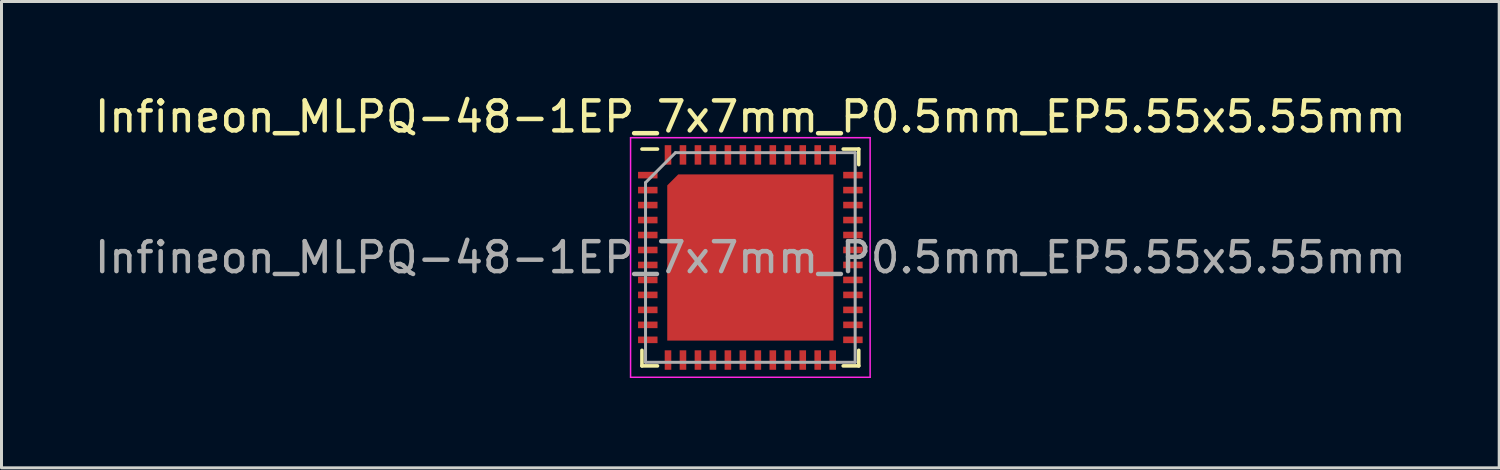
<source format=kicad_pcb>
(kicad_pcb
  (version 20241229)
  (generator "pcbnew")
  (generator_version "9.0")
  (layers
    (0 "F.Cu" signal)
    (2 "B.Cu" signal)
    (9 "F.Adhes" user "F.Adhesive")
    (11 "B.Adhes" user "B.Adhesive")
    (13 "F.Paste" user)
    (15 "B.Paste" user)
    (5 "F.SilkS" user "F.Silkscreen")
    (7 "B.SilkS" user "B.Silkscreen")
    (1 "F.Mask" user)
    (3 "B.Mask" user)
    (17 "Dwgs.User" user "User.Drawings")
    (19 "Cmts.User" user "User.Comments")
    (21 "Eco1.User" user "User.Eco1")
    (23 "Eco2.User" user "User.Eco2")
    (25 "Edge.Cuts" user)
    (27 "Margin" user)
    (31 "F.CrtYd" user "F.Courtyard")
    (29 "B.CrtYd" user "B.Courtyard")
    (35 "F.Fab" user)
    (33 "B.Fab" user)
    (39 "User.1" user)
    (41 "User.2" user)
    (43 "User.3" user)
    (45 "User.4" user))
  (footprint "Infineon_MLPQ-48-1EP_7x7mm_P0.5mm_EP5.55x5.55mm"
    (layer "F.Cu")
    (at 22.006 5.548)
    (property "Reference" "Infineon_MLPQ-48-1EP_7x7mm_P0.5mm_EP5.55x5.55mm" (at 0 -4.7 0) (layer "F.SilkS") (effects (font (size 1 1) (thickness 0.15))))
    (attr smd)
    (fp_line (start -3.62 -3.62) (end -3.1 -3.62) (stroke (width 0.12) (type solid)) (layer "F.SilkS"))
    (fp_line (start -3.62 3.62) (end -3.62 3.1) (stroke (width 0.12) (type solid)) (layer "F.SilkS"))
    (fp_line (start -3.1 3.62) (end -3.62 3.62) (stroke (width 0.12) (type solid)) (layer "F.SilkS"))
    (fp_line (start 3.1 -3.62) (end 3.62 -3.62) (stroke (width 0.12) (type solid)) (layer "F.SilkS"))
    (fp_line (start 3.1 3.62) (end 3.62 3.62) (stroke (width 0.12) (type solid)) (layer "F.SilkS"))
    (fp_line (start 3.62 -3.1) (end 3.62 -3.62) (stroke (width 0.12) (type solid)) (layer "F.SilkS"))
    (fp_line (start 3.62 3.62) (end 3.62 3.1) (stroke (width 0.12) (type solid)) (layer "F.SilkS"))
    (fp_line (start -4 -4) (end -4 4) (stroke (width 0.05) (type solid)) (layer "F.CrtYd"))
    (fp_line (start -4 4) (end 4 4) (stroke (width 0.05) (type solid)) (layer "F.CrtYd"))
    (fp_line (start 4 -4) (end -4 -4) (stroke (width 0.05) (type solid)) (layer "F.CrtYd"))
    (fp_line (start 4 4) (end 4 -4) (stroke (width 0.05) (type solid)) (layer "F.CrtYd"))
    (fp_line (start -3.5 3.5) (end -3.5 -2.5) (stroke (width 0.1) (type solid)) (layer "F.Fab"))
    (fp_line (start -2.5 -3.5) (end -3.5 -2.5) (stroke (width 0.1) (type solid)) (layer "F.Fab"))
    (fp_line (start 3.5 -3.5) (end -2.5 -3.5) (stroke (width 0.1) (type solid)) (layer "F.Fab"))
    (fp_line (start 3.5 -3.5) (end 3.5 3.5) (stroke (width 0.1) (type solid)) (layer "F.Fab"))
    (fp_line (start 3.5 3.5) (end -3.5 3.5) (stroke (width 0.1) (type solid)) (layer "F.Fab"))
    (fp_text user "${REFERENCE}" (at 0 0 0) (layer "F.Fab") (effects (font (size 1 1) (thickness 0.15))))
    (pad "" smd rect (at -3.425 -2.75) (size 0.55 0.22) (layers "F.Paste"))
    (pad "" smd rect (at -3.425 -2.25) (size 0.55 0.22) (layers "F.Paste"))
    (pad "" smd rect (at -3.425 -1.75) (size 0.55 0.22) (layers "F.Paste"))
    (pad "" smd rect (at -3.425 -1.25) (size 0.55 0.22) (layers "F.Paste"))
    (pad "" smd rect (at -3.425 -0.75) (size 0.55 0.22) (layers "F.Paste"))
    (pad "" smd rect (at -3.425 -0.25) (size 0.55 0.22) (layers "F.Paste"))
    (pad "" smd rect (at -3.425 0.25) (size 0.55 0.22) (layers "F.Paste"))
    (pad "" smd rect (at -3.425 0.75) (size 0.55 0.22) (layers "F.Paste"))
    (pad "" smd rect (at -3.425 1.25) (size 0.55 0.22) (layers "F.Paste"))
    (pad "" smd rect (at -3.425 1.75) (size 0.55 0.22) (layers "F.Paste"))
    (pad "" smd rect (at -3.425 2.25) (size 0.55 0.22) (layers "F.Paste"))
    (pad "" smd rect (at -3.425 2.75) (size 0.55 0.22) (layers "F.Paste"))
    (pad "" smd rect (at -2.75 -3.425) (size 0.22 0.55) (layers "F.Paste"))
    (pad "" smd rect (at -2.75 3.425) (size 0.22 0.55) (layers "F.Paste"))
    (pad "" smd rect (at -2.386 -2.386 45) (size 0.479 0.479) (layers "F.Paste"))
    (pad "" smd rect (at -2.25 -3.425) (size 0.22 0.55) (layers "F.Paste"))
    (pad "" smd rect (at -2.25 3.425) (size 0.22 0.55) (layers "F.Paste"))
    (pad "" smd rect (at -2.175 -2.006) (size 1.1 0.761) (layers "F.Paste"))
    (pad "" smd rect (at -2.175 -0.725) (size 1.1 1.1) (layers "F.Paste"))
    (pad "" smd rect (at -2.175 0.725) (size 1.1 1.1) (layers "F.Paste"))
    (pad "" smd rect (at -2.175 2.175) (size 1.1 1.1) (layers "F.Paste"))
    (pad "" smd rect (at -2.006 -2.555) (size 0.761 0.339) (layers "F.Paste"))
    (pad "" smd rect (at -1.75 -3.425) (size 0.22 0.55) (layers "F.Paste"))
    (pad "" smd rect (at -1.75 3.425) (size 0.22 0.55) (layers "F.Paste"))
    (pad "" smd rect (at -1.25 -3.425) (size 0.22 0.55) (layers "F.Paste"))
    (pad "" smd rect (at -1.25 3.425) (size 0.22 0.55) (layers "F.Paste"))
    (pad "" smd rect (at -0.75 -3.425) (size 0.22 0.55) (layers "F.Paste"))
    (pad "" smd rect (at -0.75 3.425) (size 0.22 0.55) (layers "F.Paste"))
    (pad "" smd rect (at -0.725 -2.175) (size 1.1 1.1) (layers "F.Paste"))
    (pad "" smd rect (at -0.725 -0.725) (size 1.1 1.1) (layers "F.Paste"))
    (pad "" smd rect (at -0.725 0.725) (size 1.1 1.1) (layers "F.Paste"))
    (pad "" smd rect (at -0.725 2.175) (size 1.1 1.1) (layers "F.Paste"))
    (pad "" smd rect (at -0.25 -3.425) (size 0.22 0.55) (layers "F.Paste"))
    (pad "" smd rect (at -0.25 3.425) (size 0.22 0.55) (layers "F.Paste"))
    (pad "" smd rect (at 0.25 -3.425) (size 0.22 0.55) (layers "F.Paste"))
    (pad "" smd rect (at 0.25 3.425) (size 0.22 0.55) (layers "F.Paste"))
    (pad "" smd rect (at 0.725 -2.175) (size 1.1 1.1) (layers "F.Paste"))
    (pad "" smd rect (at 0.725 -0.725) (size 1.1 1.1) (layers "F.Paste"))
    (pad "" smd rect (at 0.725 0.725) (size 1.1 1.1) (layers "F.Paste"))
    (pad "" smd rect (at 0.725 2.175) (size 1.1 1.1) (layers "F.Paste"))
    (pad "" smd rect (at 0.75 -3.425) (size 0.22 0.55) (layers "F.Paste"))
    (pad "" smd rect (at 0.75 3.425) (size 0.22 0.55) (layers "F.Paste"))
    (pad "" smd rect (at 1.25 -3.425) (size 0.22 0.55) (layers "F.Paste"))
    (pad "" smd rect (at 1.25 3.425) (size 0.22 0.55) (layers "F.Paste"))
    (pad "" smd rect (at 1.75 -3.425) (size 0.22 0.55) (layers "F.Paste"))
    (pad "" smd rect (at 1.75 3.425) (size 0.22 0.55) (layers "F.Paste"))
    (pad "" smd rect (at 2.175 -2.175) (size 1.1 1.1) (layers "F.Paste"))
    (pad "" smd rect (at 2.175 -0.725) (size 1.1 1.1) (layers "F.Paste"))
    (pad "" smd rect (at 2.175 0.725) (size 1.1 1.1) (layers "F.Paste"))
    (pad "" smd rect (at 2.175 2.175) (size 1.1 1.1) (layers "F.Paste"))
    (pad "" smd rect (at 2.25 -3.425) (size 0.22 0.55) (layers "F.Paste"))
    (pad "" smd rect (at 2.25 3.425) (size 0.22 0.55) (layers "F.Paste"))
    (pad "" smd rect (at 2.75 -3.425) (size 0.22 0.55) (layers "F.Paste"))
    (pad "" smd rect (at 2.75 3.425) (size 0.22 0.55) (layers "F.Paste"))
    (pad "" smd rect (at 3.425 -2.75) (size 0.55 0.22) (layers "F.Paste"))
    (pad "" smd rect (at 3.425 -2.25) (size 0.55 0.22) (layers "F.Paste"))
    (pad "" smd rect (at 3.425 -1.75) (size 0.55 0.22) (layers "F.Paste"))
    (pad "" smd rect (at 3.425 -1.25) (size 0.55 0.22) (layers "F.Paste"))
    (pad "" smd rect (at 3.425 -0.75) (size 0.55 0.22) (layers "F.Paste"))
    (pad "" smd rect (at 3.425 -0.25) (size 0.55 0.22) (layers "F.Paste"))
    (pad "" smd rect (at 3.425 0.25) (size 0.55 0.22) (layers "F.Paste"))
    (pad "" smd rect (at 3.425 0.75) (size 0.55 0.22) (layers "F.Paste"))
    (pad "" smd rect (at 3.425 1.25) (size 0.55 0.22) (layers "F.Paste"))
    (pad "" smd rect (at 3.425 1.75) (size 0.55 0.22) (layers "F.Paste"))
    (pad "" smd rect (at 3.425 2.25) (size 0.55 0.22) (layers "F.Paste"))
    (pad "" smd rect (at 3.425 2.75) (size 0.55 0.22) (layers "F.Paste"))
    (pad "1" smd rect (at -3.425 -2.75) (size 0.65 0.22) (layers "F.Cu" "F.Mask"))
    (pad "2" smd rect (at -3.425 -2.25) (size 0.65 0.22) (layers "F.Cu" "F.Mask"))
    (pad "3" smd rect (at -3.425 -1.75) (size 0.65 0.22) (layers "F.Cu" "F.Mask"))
    (pad "4" smd rect (at -3.425 -1.25) (size 0.65 0.22) (layers "F.Cu" "F.Mask"))
    (pad "5" smd rect (at -3.425 -0.75) (size 0.65 0.22) (layers "F.Cu" "F.Mask"))
    (pad "6" smd rect (at -3.425 -0.25) (size 0.65 0.22) (layers "F.Cu" "F.Mask"))
    (pad "7" smd rect (at -3.425 0.25) (size 0.65 0.22) (layers "F.Cu" "F.Mask"))
    (pad "8" smd rect (at -3.425 0.75) (size 0.65 0.22) (layers "F.Cu" "F.Mask"))
    (pad "9" smd rect (at -3.425 1.25) (size 0.65 0.22) (layers "F.Cu" "F.Mask"))
    (pad "10" smd rect (at -3.425 1.75) (size 0.65 0.22) (layers "F.Cu" "F.Mask"))
    (pad "11" smd rect (at -3.425 2.25) (size 0.65 0.22) (layers "F.Cu" "F.Mask"))
    (pad "12" smd rect (at -3.425 2.75) (size 0.65 0.22) (layers "F.Cu" "F.Mask"))
    (pad "13" smd rect (at -2.75 3.425) (size 0.22 0.65) (layers "F.Cu" "F.Mask"))
    (pad "14" smd rect (at -2.25 3.425) (size 0.22 0.65) (layers "F.Cu" "F.Mask"))
    (pad "15" smd rect (at -1.75 3.425) (size 0.22 0.65) (layers "F.Cu" "F.Mask"))
    (pad "16" smd rect (at -1.25 3.425) (size 0.22 0.65) (layers "F.Cu" "F.Mask"))
    (pad "17" smd rect (at -0.75 3.425) (size 0.22 0.65) (layers "F.Cu" "F.Mask"))
    (pad "18" smd rect (at -0.25 3.425) (size 0.22 0.65) (layers "F.Cu" "F.Mask"))
    (pad "19" smd rect (at 0.25 3.425) (size 0.22 0.65) (layers "F.Cu" "F.Mask"))
    (pad "20" smd rect (at 0.75 3.425) (size 0.22 0.65) (layers "F.Cu" "F.Mask"))
    (pad "21" smd rect (at 1.25 3.425) (size 0.22 0.65) (layers "F.Cu" "F.Mask"))
    (pad "22" smd rect (at 1.75 3.425) (size 0.22 0.65) (layers "F.Cu" "F.Mask"))
    (pad "23" smd rect (at 2.25 3.425) (size 0.22 0.65) (layers "F.Cu" "F.Mask"))
    (pad "24" smd rect (at 2.75 3.425) (size 0.22 0.65) (layers "F.Cu" "F.Mask"))
    (pad "25" smd rect (at 3.425 2.75) (size 0.65 0.22) (layers "F.Cu" "F.Mask"))
    (pad "26" smd rect (at 3.425 2.25) (size 0.65 0.22) (layers "F.Cu" "F.Mask"))
    (pad "27" smd rect (at 3.425 1.75) (size 0.65 0.22) (layers "F.Cu" "F.Mask"))
    (pad "28" smd rect (at 3.425 1.25) (size 0.65 0.22) (layers "F.Cu" "F.Mask"))
    (pad "29" smd rect (at 3.425 0.75) (size 0.65 0.22) (layers "F.Cu" "F.Mask"))
    (pad "30" smd rect (at 3.425 0.25) (size 0.65 0.22) (layers "F.Cu" "F.Mask"))
    (pad "31" smd rect (at 3.425 -0.25) (size 0.65 0.22) (layers "F.Cu" "F.Mask"))
    (pad "32" smd rect (at 3.425 -0.75) (size 0.65 0.22) (layers "F.Cu" "F.Mask"))
    (pad "33" smd rect (at 3.425 -1.25) (size 0.65 0.22) (layers "F.Cu" "F.Mask"))
    (pad "34" smd rect (at 3.425 -1.75) (size 0.65 0.22) (layers "F.Cu" "F.Mask"))
    (pad "35" smd rect (at 3.425 -2.25) (size 0.65 0.22) (layers "F.Cu" "F.Mask"))
    (pad "36" smd rect (at 3.425 -2.75) (size 0.65 0.22) (layers "F.Cu" "F.Mask"))
    (pad "37" smd rect (at 2.75 -3.425) (size 0.22 0.65) (layers "F.Cu" "F.Mask"))
    (pad "38" smd rect (at 2.25 -3.425) (size 0.22 0.65) (layers "F.Cu" "F.Mask"))
    (pad "39" smd rect (at 1.75 -3.425) (size 0.22 0.65) (layers "F.Cu" "F.Mask"))
    (pad "40" smd rect (at 1.25 -3.425) (size 0.22 0.65) (layers "F.Cu" "F.Mask"))
    (pad "41" smd rect (at 0.75 -3.425) (size 0.22 0.65) (layers "F.Cu" "F.Mask"))
    (pad "42" smd rect (at 0.25 -3.425) (size 0.22 0.65) (layers "F.Cu" "F.Mask"))
    (pad "43" smd rect (at -0.25 -3.425) (size 0.22 0.65) (layers "F.Cu" "F.Mask"))
    (pad "44" smd rect (at -0.75 -3.425) (size 0.22 0.65) (layers "F.Cu" "F.Mask"))
    (pad "45" smd rect (at -1.25 -3.425) (size 0.22 0.65) (layers "F.Cu" "F.Mask"))
    (pad "46" smd rect (at -1.75 -3.425) (size 0.22 0.65) (layers "F.Cu" "F.Mask"))
    (pad "47" smd rect (at -2.25 -3.425) (size 0.22 0.65) (layers "F.Cu" "F.Mask"))
    (pad "48" smd rect (at -2.75 -3.425) (size 0.22 0.65) (layers "F.Cu" "F.Mask"))
    (pad "49" smd custom (at 0 0.184) (size 5.55 5.182) (layers "F.Cu" "F.Mask") (options (anchor rect)) (primitives (gr_poly (pts (xy -2.775 -2.591) (xy -2.407 -2.959) (xy -2.407 -2.591)) (width 0) (fill yes)) (gr_poly (pts (xy -2.407 -2.959) (xy 2.775 -2.959) (xy 2.775 -2.591) (xy -2.407 -2.591)) (width 0) (fill yes)))))
  (gr_rect
    (start -3 -3)
    (end 47.012 12.573)
    (stroke (width 0.1) (type default))
    (fill no)
    (layer "Edge.Cuts")))
</source>
